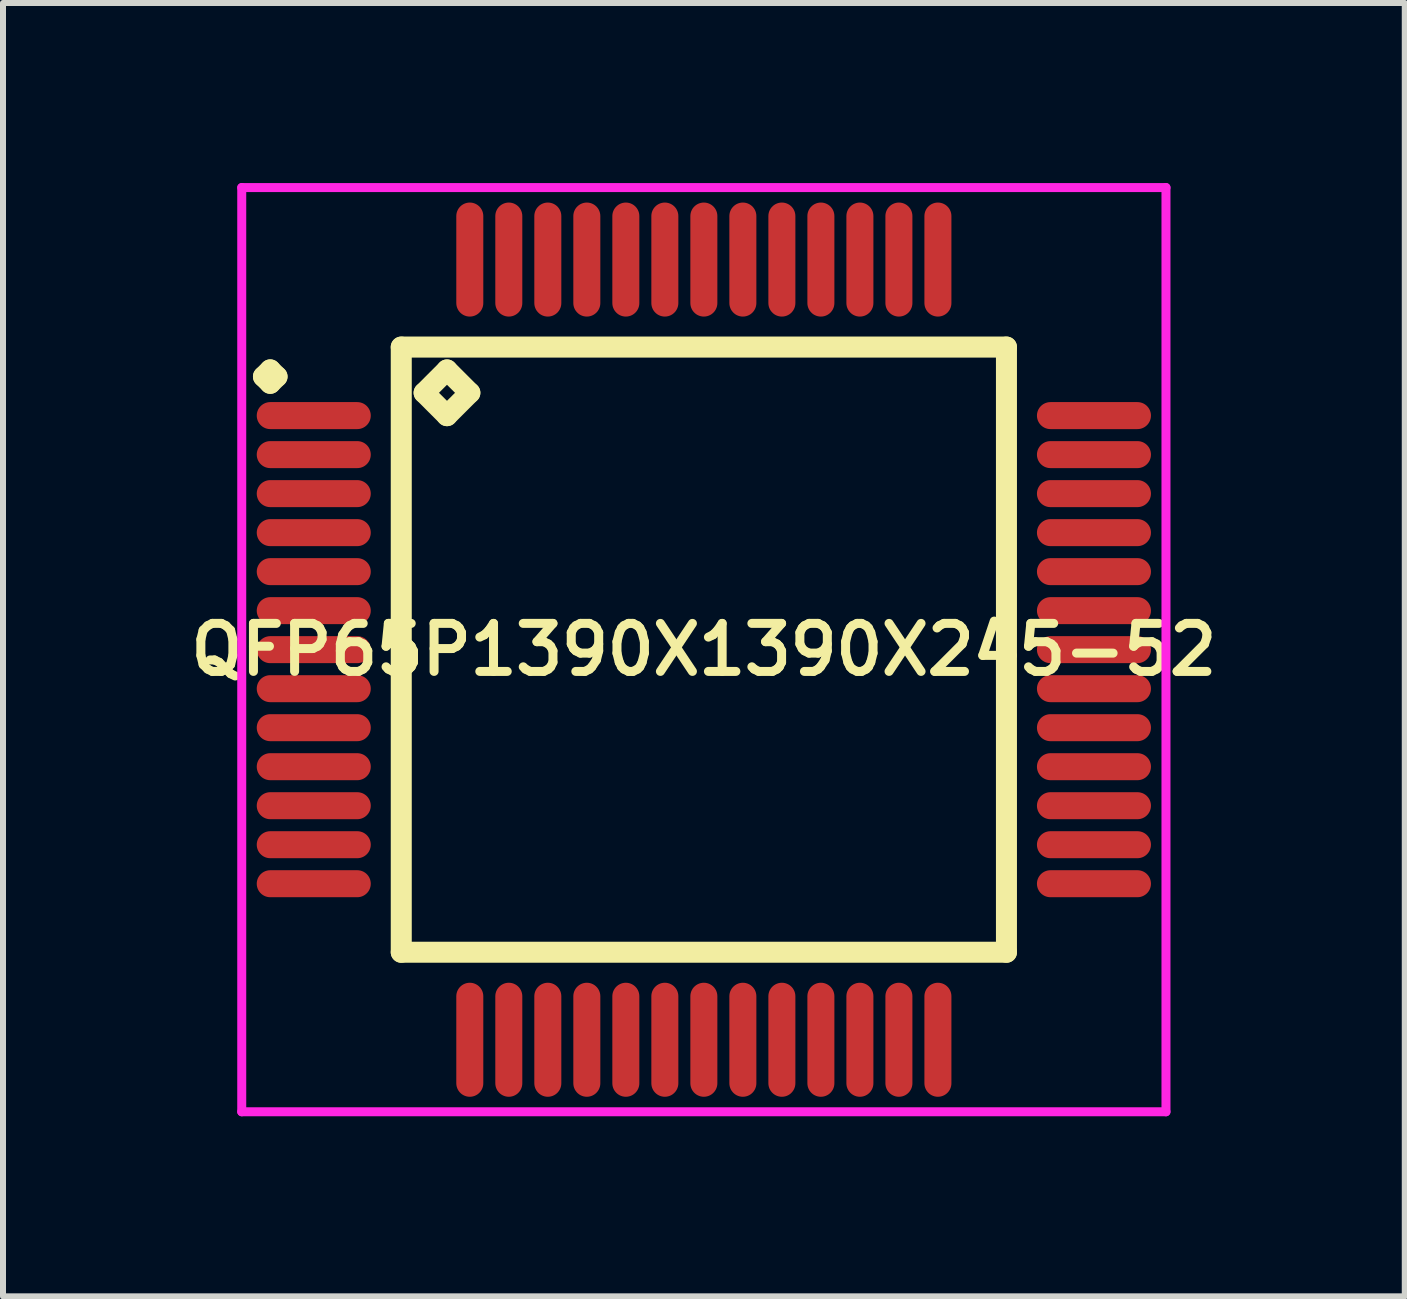
<source format=kicad_pcb>
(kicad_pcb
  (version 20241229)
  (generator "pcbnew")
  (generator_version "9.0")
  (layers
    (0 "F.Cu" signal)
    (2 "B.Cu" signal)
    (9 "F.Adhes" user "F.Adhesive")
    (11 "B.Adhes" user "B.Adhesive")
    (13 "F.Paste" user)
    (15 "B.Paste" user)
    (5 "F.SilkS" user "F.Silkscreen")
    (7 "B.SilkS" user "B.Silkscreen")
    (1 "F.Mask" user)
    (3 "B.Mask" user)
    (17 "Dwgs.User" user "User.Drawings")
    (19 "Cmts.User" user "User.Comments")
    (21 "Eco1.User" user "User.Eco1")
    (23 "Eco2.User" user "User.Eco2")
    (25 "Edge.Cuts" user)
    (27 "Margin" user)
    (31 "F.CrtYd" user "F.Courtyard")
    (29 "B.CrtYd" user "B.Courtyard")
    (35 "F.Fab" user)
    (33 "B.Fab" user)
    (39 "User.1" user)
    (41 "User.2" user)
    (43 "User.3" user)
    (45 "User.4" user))
  (footprint "QFP65P1390X1390X245-52"
    (layer "F.Cu")
    (at 8.678 7.775)
    (property "Reference" "QFP65P1390X1390X245-52" (at 0 0 0) (layer "F.SilkS") (effects (font (size 0.8 0.8) (thickness 0.15))))
    (attr through_hole)
    (fp_line (start -7.338 -4.55) (end -7.225 -4.662) (stroke (width 0.35) (type solid)) (layer "F.SilkS"))
    (fp_line (start -7.225 -4.662) (end -7.112 -4.55) (stroke (width 0.35) (type solid)) (layer "F.SilkS"))
    (fp_line (start -7.225 -4.438) (end -7.338 -4.55) (stroke (width 0.35) (type solid)) (layer "F.SilkS"))
    (fp_line (start -7.112 -4.55) (end -7.225 -4.438) (stroke (width 0.35) (type solid)) (layer "F.SilkS"))
    (fp_line (start -5.042 -5.042) (end -5.042 5.042) (stroke (width 0.35) (type solid)) (layer "F.SilkS"))
    (fp_line (start -5.042 5.042) (end 5.042 5.042) (stroke (width 0.35) (type solid)) (layer "F.SilkS"))
    (fp_line (start -4.661 -4.28) (end -4.28 -4.661) (stroke (width 0.35) (type solid)) (layer "F.SilkS"))
    (fp_line (start -4.28 -4.661) (end -3.899 -4.28) (stroke (width 0.35) (type solid)) (layer "F.SilkS"))
    (fp_line (start -4.28 -3.899) (end -4.661 -4.28) (stroke (width 0.35) (type solid)) (layer "F.SilkS"))
    (fp_line (start -3.899 -4.28) (end -4.28 -3.899) (stroke (width 0.35) (type solid)) (layer "F.SilkS"))
    (fp_line (start 5.042 -5.042) (end -5.042 -5.042) (stroke (width 0.35) (type solid)) (layer "F.SilkS"))
    (fp_line (start 5.042 5.042) (end 5.042 -5.042) (stroke (width 0.35) (type solid)) (layer "F.SilkS"))
    (fp_line (start -7.7 -7.7) (end 7.7 -7.7) (stroke (width 0.15) (type solid)) (layer "F.CrtYd"))
    (fp_line (start -7.7 7.7) (end -7.7 -7.7) (stroke (width 0.15) (type solid)) (layer "F.CrtYd"))
    (fp_line (start 7.7 -7.7) (end 7.7 7.7) (stroke (width 0.15) (type solid)) (layer "F.CrtYd"))
    (fp_line (start 7.7 7.7) (end -7.7 7.7) (stroke (width 0.15) (type solid)) (layer "F.CrtYd"))
    (pad "1" smd oval (at -6.5 -3.9) (size 1.9 0.45) (layers "F.Cu" "F.Mask" "F.Paste"))
    (pad "2" smd oval (at -6.5 -3.25) (size 1.9 0.45) (layers "F.Cu" "F.Mask" "F.Paste"))
    (pad "3" smd oval (at -6.5 -2.6) (size 1.9 0.45) (layers "F.Cu" "F.Mask" "F.Paste"))
    (pad "4" smd oval (at -6.5 -1.95) (size 1.9 0.45) (layers "F.Cu" "F.Mask" "F.Paste"))
    (pad "5" smd oval (at -6.5 -1.3) (size 1.9 0.45) (layers "F.Cu" "F.Mask" "F.Paste"))
    (pad "6" smd oval (at -6.5 -0.65) (size 1.9 0.45) (layers "F.Cu" "F.Mask" "F.Paste"))
    (pad "7" smd oval (at -6.5 0) (size 1.9 0.45) (layers "F.Cu" "F.Mask" "F.Paste"))
    (pad "8" smd oval (at -6.5 0.65) (size 1.9 0.45) (layers "F.Cu" "F.Mask" "F.Paste"))
    (pad "9" smd oval (at -6.5 1.3) (size 1.9 0.45) (layers "F.Cu" "F.Mask" "F.Paste"))
    (pad "10" smd oval (at -6.5 1.95) (size 1.9 0.45) (layers "F.Cu" "F.Mask" "F.Paste"))
    (pad "11" smd oval (at -6.5 2.6) (size 1.9 0.45) (layers "F.Cu" "F.Mask" "F.Paste"))
    (pad "12" smd oval (at -6.5 3.25) (size 1.9 0.45) (layers "F.Cu" "F.Mask" "F.Paste"))
    (pad "13" smd oval (at -6.5 3.9) (size 1.9 0.45) (layers "F.Cu" "F.Mask" "F.Paste"))
    (pad "14" smd oval (at -3.9 6.5) (size 0.45 1.9) (layers "F.Cu" "F.Mask" "F.Paste"))
    (pad "15" smd oval (at -3.25 6.5) (size 0.45 1.9) (layers "F.Cu" "F.Mask" "F.Paste"))
    (pad "16" smd oval (at -2.6 6.5) (size 0.45 1.9) (layers "F.Cu" "F.Mask" "F.Paste"))
    (pad "17" smd oval (at -1.95 6.5) (size 0.45 1.9) (layers "F.Cu" "F.Mask" "F.Paste"))
    (pad "18" smd oval (at -1.3 6.5) (size 0.45 1.9) (layers "F.Cu" "F.Mask" "F.Paste"))
    (pad "19" smd oval (at -0.65 6.5) (size 0.45 1.9) (layers "F.Cu" "F.Mask" "F.Paste"))
    (pad "20" smd oval (at 0 6.5) (size 0.45 1.9) (layers "F.Cu" "F.Mask" "F.Paste"))
    (pad "21" smd oval (at 0.65 6.5) (size 0.45 1.9) (layers "F.Cu" "F.Mask" "F.Paste"))
    (pad "22" smd oval (at 1.3 6.5) (size 0.45 1.9) (layers "F.Cu" "F.Mask" "F.Paste"))
    (pad "23" smd oval (at 1.95 6.5) (size 0.45 1.9) (layers "F.Cu" "F.Mask" "F.Paste"))
    (pad "24" smd oval (at 2.6 6.5) (size 0.45 1.9) (layers "F.Cu" "F.Mask" "F.Paste"))
    (pad "25" smd oval (at 3.25 6.5) (size 0.45 1.9) (layers "F.Cu" "F.Mask" "F.Paste"))
    (pad "26" smd oval (at 3.9 6.5) (size 0.45 1.9) (layers "F.Cu" "F.Mask" "F.Paste"))
    (pad "27" smd oval (at 6.5 3.9) (size 1.9 0.45) (layers "F.Cu" "F.Mask" "F.Paste"))
    (pad "28" smd oval (at 6.5 3.25) (size 1.9 0.45) (layers "F.Cu" "F.Mask" "F.Paste"))
    (pad "29" smd oval (at 6.5 2.6) (size 1.9 0.45) (layers "F.Cu" "F.Mask" "F.Paste"))
    (pad "30" smd oval (at 6.5 1.95) (size 1.9 0.45) (layers "F.Cu" "F.Mask" "F.Paste"))
    (pad "31" smd oval (at 6.5 1.3) (size 1.9 0.45) (layers "F.Cu" "F.Mask" "F.Paste"))
    (pad "32" smd oval (at 6.5 0.65) (size 1.9 0.45) (layers "F.Cu" "F.Mask" "F.Paste"))
    (pad "33" smd oval (at 6.5 0) (size 1.9 0.45) (layers "F.Cu" "F.Mask" "F.Paste"))
    (pad "34" smd oval (at 6.5 -0.65) (size 1.9 0.45) (layers "F.Cu" "F.Mask" "F.Paste"))
    (pad "35" smd oval (at 6.5 -1.3) (size 1.9 0.45) (layers "F.Cu" "F.Mask" "F.Paste"))
    (pad "36" smd oval (at 6.5 -1.95) (size 1.9 0.45) (layers "F.Cu" "F.Mask" "F.Paste"))
    (pad "37" smd oval (at 6.5 -2.6) (size 1.9 0.45) (layers "F.Cu" "F.Mask" "F.Paste"))
    (pad "38" smd oval (at 6.5 -3.25) (size 1.9 0.45) (layers "F.Cu" "F.Mask" "F.Paste"))
    (pad "39" smd oval (at 6.5 -3.9) (size 1.9 0.45) (layers "F.Cu" "F.Mask" "F.Paste"))
    (pad "40" smd oval (at 3.9 -6.5) (size 0.45 1.9) (layers "F.Cu" "F.Mask" "F.Paste"))
    (pad "41" smd oval (at 3.25 -6.5) (size 0.45 1.9) (layers "F.Cu" "F.Mask" "F.Paste"))
    (pad "42" smd oval (at 2.6 -6.5) (size 0.45 1.9) (layers "F.Cu" "F.Mask" "F.Paste"))
    (pad "43" smd oval (at 1.95 -6.5) (size 0.45 1.9) (layers "F.Cu" "F.Mask" "F.Paste"))
    (pad "44" smd oval (at 1.3 -6.5) (size 0.45 1.9) (layers "F.Cu" "F.Mask" "F.Paste"))
    (pad "45" smd oval (at 0.65 -6.5) (size 0.45 1.9) (layers "F.Cu" "F.Mask" "F.Paste"))
    (pad "46" smd oval (at 0 -6.5) (size 0.45 1.9) (layers "F.Cu" "F.Mask" "F.Paste"))
    (pad "47" smd oval (at -0.65 -6.5) (size 0.45 1.9) (layers "F.Cu" "F.Mask" "F.Paste"))
    (pad "48" smd oval (at -1.3 -6.5) (size 0.45 1.9) (layers "F.Cu" "F.Mask" "F.Paste"))
    (pad "49" smd oval (at -1.95 -6.5) (size 0.45 1.9) (layers "F.Cu" "F.Mask" "F.Paste"))
    (pad "50" smd oval (at -2.6 -6.5) (size 0.45 1.9) (layers "F.Cu" "F.Mask" "F.Paste"))
    (pad "51" smd oval (at -3.25 -6.5) (size 0.45 1.9) (layers "F.Cu" "F.Mask" "F.Paste"))
    (pad "52" smd oval (at -3.9 -6.5) (size 0.45 1.9) (layers "F.Cu" "F.Mask" "F.Paste")))
  (gr_rect
    (start -3 -3)
    (end 20.357 18.55)
    (stroke (width 0.1) (type default))
    (fill no)
    (layer "Edge.Cuts")))
</source>
